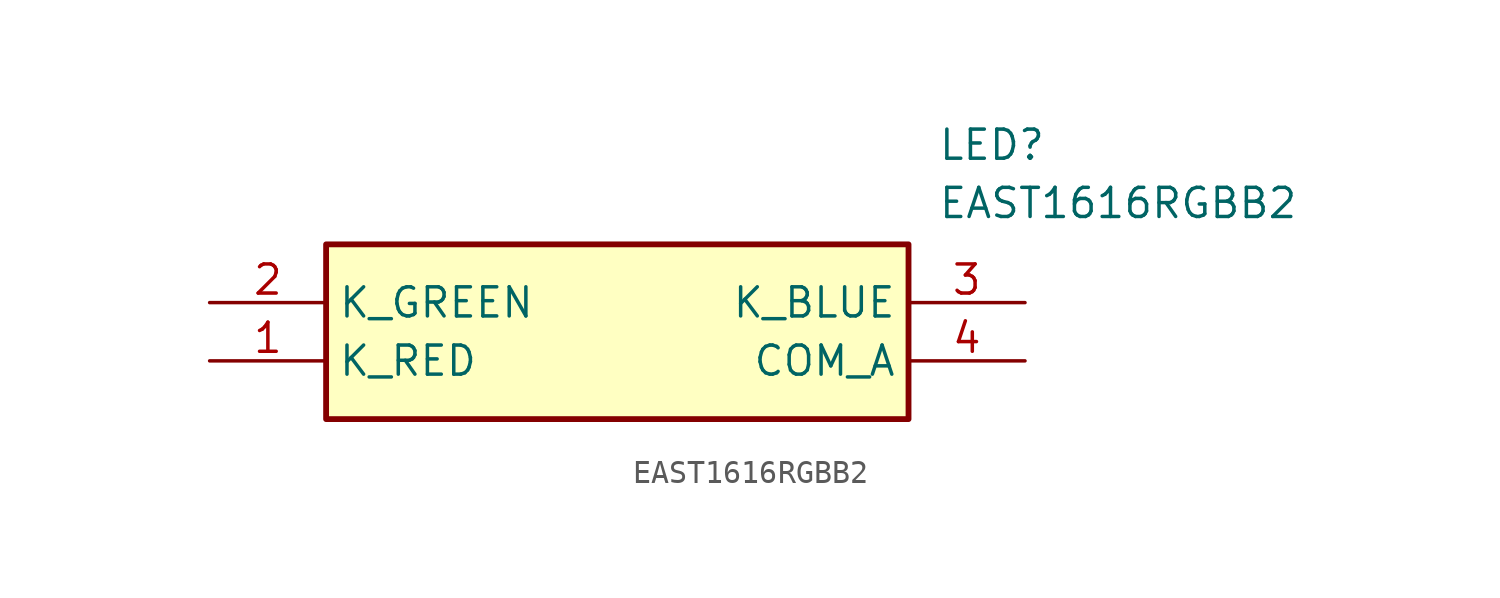
<source format=kicad_sym>
(kicad_symbol_lib
  (version 20211014)
  (generator SamacSys_ECAD_Model)
  (symbol "EAST1616RGBB2"
    (property "Reference" "LED"
      (at 31.75 7.62 0)
      (effects (font (size 1.27 1.27)) (justify left top)))
    (property "Value" "EAST1616RGBB2"
      (at 31.75 5.08 0)
      (effects (font (size 1.27 1.27)) (justify left top)))
    (rectangle
      (start 5.08 2.54)
      (end 30.48 -5.08)
      (stroke (width 0.254) (type default))
      (fill (type background)))
    (pin passive line
      (at 0 -2.54 0)
      (length 5.08)
      (name "K_RED" (effects (font (size 1.27 1.27))))
      (number "1" (effects (font (size 1.27 1.27)))))
    (pin passive line
      (at 0 0 0)
      (length 5.08)
      (name "K_GREEN" (effects (font (size 1.27 1.27))))
      (number "2" (effects (font (size 1.27 1.27)))))
    (pin passive line
      (at 35.56 0 180)
      (length 5.08)
      (name "K_BLUE" (effects (font (size 1.27 1.27))))
      (number "3" (effects (font (size 1.27 1.27)))))
    (pin passive line
      (at 35.56 -2.54 180)
      (length 5.08)
      (name "COM_A" (effects (font (size 1.27 1.27))))
      (number "4" (effects (font (size 1.27 1.27)))))))
</source>
